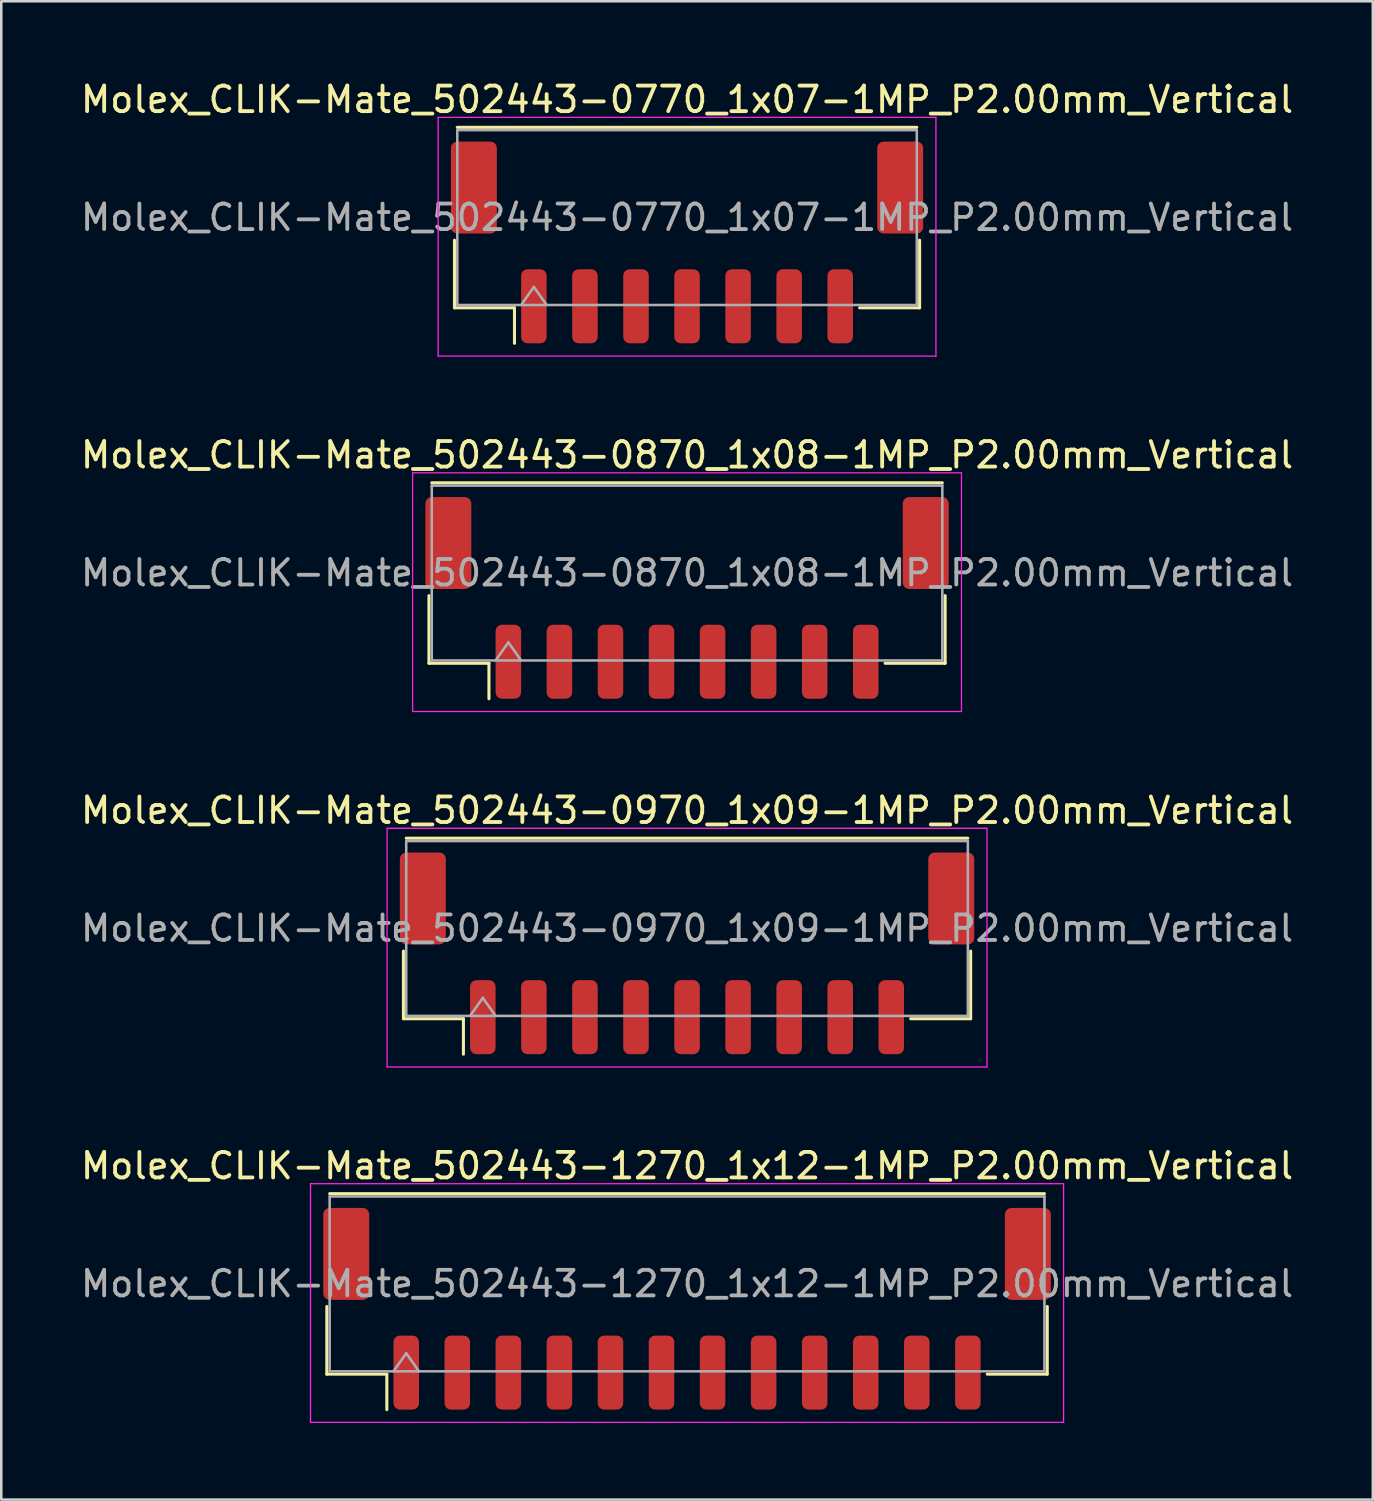
<source format=kicad_pcb>
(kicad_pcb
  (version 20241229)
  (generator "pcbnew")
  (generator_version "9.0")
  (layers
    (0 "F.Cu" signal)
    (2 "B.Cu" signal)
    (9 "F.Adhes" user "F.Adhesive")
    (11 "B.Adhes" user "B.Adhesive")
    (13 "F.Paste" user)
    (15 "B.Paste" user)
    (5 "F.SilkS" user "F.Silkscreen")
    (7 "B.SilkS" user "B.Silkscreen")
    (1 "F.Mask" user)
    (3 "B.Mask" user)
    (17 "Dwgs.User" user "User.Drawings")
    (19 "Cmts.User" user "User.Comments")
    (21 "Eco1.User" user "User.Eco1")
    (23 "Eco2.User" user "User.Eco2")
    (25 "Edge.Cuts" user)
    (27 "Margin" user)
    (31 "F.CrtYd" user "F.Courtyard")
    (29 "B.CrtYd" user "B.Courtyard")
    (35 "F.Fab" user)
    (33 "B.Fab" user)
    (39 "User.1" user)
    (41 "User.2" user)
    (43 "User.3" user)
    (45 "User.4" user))
  (footprint "Molex_CLIK-Mate_502443-0770_1x07-1MP_P2.00mm_Vertical"
    (layer "F.Cu")
    (at 23.863 6.448)
    (property "Reference" "Molex_CLIK-Mate_502443-0770_1x07-1MP_P2.00mm_Vertical" (at 0 -5.6 0) (layer "F.SilkS") (effects (font (size 1 1) (thickness 0.15))))
    (attr smd)
    (fp_line (start -9.11 -0.09) (end -9.11 2.56) (stroke (width 0.12) (type solid)) (layer "F.SilkS"))
    (fp_line (start -9.11 2.56) (end -6.76 2.56) (stroke (width 0.12) (type solid)) (layer "F.SilkS"))
    (fp_line (start -9 -4.51) (end 9 -4.51) (stroke (width 0.12) (type solid)) (layer "F.SilkS"))
    (fp_line (start -6.76 2.56) (end -6.76 3.95) (stroke (width 0.12) (type solid)) (layer "F.SilkS"))
    (fp_line (start 9.11 -0.09) (end 9.11 2.56) (stroke (width 0.12) (type solid)) (layer "F.SilkS"))
    (fp_line (start 9.11 2.56) (end 6.76 2.56) (stroke (width 0.12) (type solid)) (layer "F.SilkS"))
    (fp_line (start -9.75 -4.9) (end -9.75 4.45) (stroke (width 0.05) (type solid)) (layer "F.CrtYd"))
    (fp_line (start -9.75 4.45) (end 9.75 4.45) (stroke (width 0.05) (type solid)) (layer "F.CrtYd"))
    (fp_line (start 9.75 -4.9) (end -9.75 -4.9) (stroke (width 0.05) (type solid)) (layer "F.CrtYd"))
    (fp_line (start 9.75 4.45) (end 9.75 -4.9) (stroke (width 0.05) (type solid)) (layer "F.CrtYd"))
    (fp_line (start -9 -4.4) (end 9 -4.4) (stroke (width 0.1) (type solid)) (layer "F.Fab"))
    (fp_line (start -9 2.45) (end -9 -4.4) (stroke (width 0.1) (type solid)) (layer "F.Fab"))
    (fp_line (start -9 2.45) (end 9 2.45) (stroke (width 0.1) (type solid)) (layer "F.Fab"))
    (fp_line (start -6.5 2.45) (end -6 1.743) (stroke (width 0.1) (type solid)) (layer "F.Fab"))
    (fp_line (start -6 1.743) (end -5.5 2.45) (stroke (width 0.1) (type solid)) (layer "F.Fab"))
    (fp_line (start 9 2.45) (end 9 -4.4) (stroke (width 0.1) (type solid)) (layer "F.Fab"))
    (fp_text user "${REFERENCE}" (at 0 -0.98 0) (layer "F.Fab") (effects (font (size 1 1) (thickness 0.15))))
    (pad "1" smd roundrect (at -6 2.5) (size 1 2.9) (layers "F.Cu" "F.Mask" "F.Paste") (roundrect_rratio 0.25))
    (pad "2" smd roundrect (at -4 2.5) (size 1 2.9) (layers "F.Cu" "F.Mask" "F.Paste") (roundrect_rratio 0.25))
    (pad "3" smd roundrect (at -2 2.5) (size 1 2.9) (layers "F.Cu" "F.Mask" "F.Paste") (roundrect_rratio 0.25))
    (pad "4" smd roundrect (at 0 2.5) (size 1 2.9) (layers "F.Cu" "F.Mask" "F.Paste") (roundrect_rratio 0.25))
    (pad "5" smd roundrect (at 2 2.5) (size 1 2.9) (layers "F.Cu" "F.Mask" "F.Paste") (roundrect_rratio 0.25))
    (pad "6" smd roundrect (at 4 2.5) (size 1 2.9) (layers "F.Cu" "F.Mask" "F.Paste") (roundrect_rratio 0.25))
    (pad "7" smd roundrect (at 6 2.5) (size 1 2.9) (layers "F.Cu" "F.Mask" "F.Paste") (roundrect_rratio 0.25))
    (pad "MP" smd roundrect (at -8.35 -2.15) (size 1.8 3.6) (layers "F.Cu" "F.Mask" "F.Paste") (roundrect_rratio 0.139))
    (pad "MP" smd roundrect (at 8.35 -2.15) (size 1.8 3.6) (layers "F.Cu" "F.Mask" "F.Paste") (roundrect_rratio 0.139)))
  (footprint "Molex_CLIK-Mate_502443-0870_1x08-1MP_P2.00mm_Vertical"
    (layer "F.Cu")
    (at 23.863 20.372)
    (property "Reference" "Molex_CLIK-Mate_502443-0870_1x08-1MP_P2.00mm_Vertical" (at 0 -5.6 0) (layer "F.SilkS") (effects (font (size 1 1) (thickness 0.15))))
    (attr smd)
    (fp_line (start -10.11 -0.09) (end -10.11 2.56) (stroke (width 0.12) (type solid)) (layer "F.SilkS"))
    (fp_line (start -10.11 2.56) (end -7.76 2.56) (stroke (width 0.12) (type solid)) (layer "F.SilkS"))
    (fp_line (start -10 -4.51) (end 10 -4.51) (stroke (width 0.12) (type solid)) (layer "F.SilkS"))
    (fp_line (start -7.76 2.56) (end -7.76 3.95) (stroke (width 0.12) (type solid)) (layer "F.SilkS"))
    (fp_line (start 10.11 -0.09) (end 10.11 2.56) (stroke (width 0.12) (type solid)) (layer "F.SilkS"))
    (fp_line (start 10.11 2.56) (end 7.76 2.56) (stroke (width 0.12) (type solid)) (layer "F.SilkS"))
    (fp_line (start -10.75 -4.9) (end -10.75 4.45) (stroke (width 0.05) (type solid)) (layer "F.CrtYd"))
    (fp_line (start -10.75 4.45) (end 10.75 4.45) (stroke (width 0.05) (type solid)) (layer "F.CrtYd"))
    (fp_line (start 10.75 -4.9) (end -10.75 -4.9) (stroke (width 0.05) (type solid)) (layer "F.CrtYd"))
    (fp_line (start 10.75 4.45) (end 10.75 -4.9) (stroke (width 0.05) (type solid)) (layer "F.CrtYd"))
    (fp_line (start -10 -4.4) (end 10 -4.4) (stroke (width 0.1) (type solid)) (layer "F.Fab"))
    (fp_line (start -10 2.45) (end -10 -4.4) (stroke (width 0.1) (type solid)) (layer "F.Fab"))
    (fp_line (start -10 2.45) (end 10 2.45) (stroke (width 0.1) (type solid)) (layer "F.Fab"))
    (fp_line (start -7.5 2.45) (end -7 1.743) (stroke (width 0.1) (type solid)) (layer "F.Fab"))
    (fp_line (start -7 1.743) (end -6.5 2.45) (stroke (width 0.1) (type solid)) (layer "F.Fab"))
    (fp_line (start 10 2.45) (end 10 -4.4) (stroke (width 0.1) (type solid)) (layer "F.Fab"))
    (fp_text user "${REFERENCE}" (at 0 -0.98 0) (layer "F.Fab") (effects (font (size 1 1) (thickness 0.15))))
    (pad "1" smd roundrect (at -7 2.5) (size 1 2.9) (layers "F.Cu" "F.Mask" "F.Paste") (roundrect_rratio 0.25))
    (pad "2" smd roundrect (at -5 2.5) (size 1 2.9) (layers "F.Cu" "F.Mask" "F.Paste") (roundrect_rratio 0.25))
    (pad "3" smd roundrect (at -3 2.5) (size 1 2.9) (layers "F.Cu" "F.Mask" "F.Paste") (roundrect_rratio 0.25))
    (pad "4" smd roundrect (at -1 2.5) (size 1 2.9) (layers "F.Cu" "F.Mask" "F.Paste") (roundrect_rratio 0.25))
    (pad "5" smd roundrect (at 1 2.5) (size 1 2.9) (layers "F.Cu" "F.Mask" "F.Paste") (roundrect_rratio 0.25))
    (pad "6" smd roundrect (at 3 2.5) (size 1 2.9) (layers "F.Cu" "F.Mask" "F.Paste") (roundrect_rratio 0.25))
    (pad "7" smd roundrect (at 5 2.5) (size 1 2.9) (layers "F.Cu" "F.Mask" "F.Paste") (roundrect_rratio 0.25))
    (pad "8" smd roundrect (at 7 2.5) (size 1 2.9) (layers "F.Cu" "F.Mask" "F.Paste") (roundrect_rratio 0.25))
    (pad "MP" smd roundrect (at -9.35 -2.15) (size 1.8 3.6) (layers "F.Cu" "F.Mask" "F.Paste") (roundrect_rratio 0.139))
    (pad "MP" smd roundrect (at 9.35 -2.15) (size 1.8 3.6) (layers "F.Cu" "F.Mask" "F.Paste") (roundrect_rratio 0.139)))
  (footprint "Molex_CLIK-Mate_502443-0970_1x09-1MP_P2.00mm_Vertical"
    (layer "F.Cu")
    (at 23.863 34.295)
    (property "Reference" "Molex_CLIK-Mate_502443-0970_1x09-1MP_P2.00mm_Vertical" (at 0 -5.6 0) (layer "F.SilkS") (effects (font (size 1 1) (thickness 0.15))))
    (attr smd)
    (fp_line (start -11.11 -0.09) (end -11.11 2.56) (stroke (width 0.12) (type solid)) (layer "F.SilkS"))
    (fp_line (start -11.11 2.56) (end -8.76 2.56) (stroke (width 0.12) (type solid)) (layer "F.SilkS"))
    (fp_line (start -11 -4.51) (end 11 -4.51) (stroke (width 0.12) (type solid)) (layer "F.SilkS"))
    (fp_line (start -8.76 2.56) (end -8.76 3.95) (stroke (width 0.12) (type solid)) (layer "F.SilkS"))
    (fp_line (start 11.11 -0.09) (end 11.11 2.56) (stroke (width 0.12) (type solid)) (layer "F.SilkS"))
    (fp_line (start 11.11 2.56) (end 8.76 2.56) (stroke (width 0.12) (type solid)) (layer "F.SilkS"))
    (fp_line (start -11.75 -4.9) (end -11.75 4.45) (stroke (width 0.05) (type solid)) (layer "F.CrtYd"))
    (fp_line (start -11.75 4.45) (end 11.75 4.45) (stroke (width 0.05) (type solid)) (layer "F.CrtYd"))
    (fp_line (start 11.75 -4.9) (end -11.75 -4.9) (stroke (width 0.05) (type solid)) (layer "F.CrtYd"))
    (fp_line (start 11.75 4.45) (end 11.75 -4.9) (stroke (width 0.05) (type solid)) (layer "F.CrtYd"))
    (fp_line (start -11 -4.4) (end 11 -4.4) (stroke (width 0.1) (type solid)) (layer "F.Fab"))
    (fp_line (start -11 2.45) (end -11 -4.4) (stroke (width 0.1) (type solid)) (layer "F.Fab"))
    (fp_line (start -11 2.45) (end 11 2.45) (stroke (width 0.1) (type solid)) (layer "F.Fab"))
    (fp_line (start -8.5 2.45) (end -8 1.743) (stroke (width 0.1) (type solid)) (layer "F.Fab"))
    (fp_line (start -8 1.743) (end -7.5 2.45) (stroke (width 0.1) (type solid)) (layer "F.Fab"))
    (fp_line (start 11 2.45) (end 11 -4.4) (stroke (width 0.1) (type solid)) (layer "F.Fab"))
    (fp_text user "${REFERENCE}" (at 0 -0.98 0) (layer "F.Fab") (effects (font (size 1 1) (thickness 0.15))))
    (pad "1" smd roundrect (at -8 2.5) (size 1 2.9) (layers "F.Cu" "F.Mask" "F.Paste") (roundrect_rratio 0.25))
    (pad "2" smd roundrect (at -6 2.5) (size 1 2.9) (layers "F.Cu" "F.Mask" "F.Paste") (roundrect_rratio 0.25))
    (pad "3" smd roundrect (at -4 2.5) (size 1 2.9) (layers "F.Cu" "F.Mask" "F.Paste") (roundrect_rratio 0.25))
    (pad "4" smd roundrect (at -2 2.5) (size 1 2.9) (layers "F.Cu" "F.Mask" "F.Paste") (roundrect_rratio 0.25))
    (pad "5" smd roundrect (at 0 2.5) (size 1 2.9) (layers "F.Cu" "F.Mask" "F.Paste") (roundrect_rratio 0.25))
    (pad "6" smd roundrect (at 2 2.5) (size 1 2.9) (layers "F.Cu" "F.Mask" "F.Paste") (roundrect_rratio 0.25))
    (pad "7" smd roundrect (at 4 2.5) (size 1 2.9) (layers "F.Cu" "F.Mask" "F.Paste") (roundrect_rratio 0.25))
    (pad "8" smd roundrect (at 6 2.5) (size 1 2.9) (layers "F.Cu" "F.Mask" "F.Paste") (roundrect_rratio 0.25))
    (pad "9" smd roundrect (at 8 2.5) (size 1 2.9) (layers "F.Cu" "F.Mask" "F.Paste") (roundrect_rratio 0.25))
    (pad "MP" smd roundrect (at -10.35 -2.15) (size 1.8 3.6) (layers "F.Cu" "F.Mask" "F.Paste") (roundrect_rratio 0.139))
    (pad "MP" smd roundrect (at 10.35 -2.15) (size 1.8 3.6) (layers "F.Cu" "F.Mask" "F.Paste") (roundrect_rratio 0.139)))
  (footprint "Molex_CLIK-Mate_502443-1270_1x12-1MP_P2.00mm_Vertical"
    (layer "F.Cu")
    (at 23.863 48.218)
    (property "Reference" "Molex_CLIK-Mate_502443-1270_1x12-1MP_P2.00mm_Vertical" (at 0 -5.6 0) (layer "F.SilkS") (effects (font (size 1 1) (thickness 0.15))))
    (attr smd)
    (fp_line (start -14.11 -0.09) (end -14.11 2.56) (stroke (width 0.12) (type solid)) (layer "F.SilkS"))
    (fp_line (start -14.11 2.56) (end -11.76 2.56) (stroke (width 0.12) (type solid)) (layer "F.SilkS"))
    (fp_line (start -14 -4.51) (end 14 -4.51) (stroke (width 0.12) (type solid)) (layer "F.SilkS"))
    (fp_line (start -11.76 2.56) (end -11.76 3.95) (stroke (width 0.12) (type solid)) (layer "F.SilkS"))
    (fp_line (start 14.11 -0.09) (end 14.11 2.56) (stroke (width 0.12) (type solid)) (layer "F.SilkS"))
    (fp_line (start 14.11 2.56) (end 11.76 2.56) (stroke (width 0.12) (type solid)) (layer "F.SilkS"))
    (fp_line (start -14.75 -4.9) (end -14.75 4.45) (stroke (width 0.05) (type solid)) (layer "F.CrtYd"))
    (fp_line (start -14.75 4.45) (end 14.75 4.45) (stroke (width 0.05) (type solid)) (layer "F.CrtYd"))
    (fp_line (start 14.75 -4.9) (end -14.75 -4.9) (stroke (width 0.05) (type solid)) (layer "F.CrtYd"))
    (fp_line (start 14.75 4.45) (end 14.75 -4.9) (stroke (width 0.05) (type solid)) (layer "F.CrtYd"))
    (fp_line (start -14 -4.4) (end 14 -4.4) (stroke (width 0.1) (type solid)) (layer "F.Fab"))
    (fp_line (start -14 2.45) (end -14 -4.4) (stroke (width 0.1) (type solid)) (layer "F.Fab"))
    (fp_line (start -14 2.45) (end 14 2.45) (stroke (width 0.1) (type solid)) (layer "F.Fab"))
    (fp_line (start -11.5 2.45) (end -11 1.743) (stroke (width 0.1) (type solid)) (layer "F.Fab"))
    (fp_line (start -11 1.743) (end -10.5 2.45) (stroke (width 0.1) (type solid)) (layer "F.Fab"))
    (fp_line (start 14 2.45) (end 14 -4.4) (stroke (width 0.1) (type solid)) (layer "F.Fab"))
    (fp_text user "${REFERENCE}" (at 0 -0.98 0) (layer "F.Fab") (effects (font (size 1 1) (thickness 0.15))))
    (pad "1" smd roundrect (at -11 2.5) (size 1 2.9) (layers "F.Cu" "F.Mask" "F.Paste") (roundrect_rratio 0.25))
    (pad "2" smd roundrect (at -9 2.5) (size 1 2.9) (layers "F.Cu" "F.Mask" "F.Paste") (roundrect_rratio 0.25))
    (pad "3" smd roundrect (at -7 2.5) (size 1 2.9) (layers "F.Cu" "F.Mask" "F.Paste") (roundrect_rratio 0.25))
    (pad "4" smd roundrect (at -5 2.5) (size 1 2.9) (layers "F.Cu" "F.Mask" "F.Paste") (roundrect_rratio 0.25))
    (pad "5" smd roundrect (at -3 2.5) (size 1 2.9) (layers "F.Cu" "F.Mask" "F.Paste") (roundrect_rratio 0.25))
    (pad "6" smd roundrect (at -1 2.5) (size 1 2.9) (layers "F.Cu" "F.Mask" "F.Paste") (roundrect_rratio 0.25))
    (pad "7" smd roundrect (at 1 2.5) (size 1 2.9) (layers "F.Cu" "F.Mask" "F.Paste") (roundrect_rratio 0.25))
    (pad "8" smd roundrect (at 3 2.5) (size 1 2.9) (layers "F.Cu" "F.Mask" "F.Paste") (roundrect_rratio 0.25))
    (pad "9" smd roundrect (at 5 2.5) (size 1 2.9) (layers "F.Cu" "F.Mask" "F.Paste") (roundrect_rratio 0.25))
    (pad "10" smd roundrect (at 7 2.5) (size 1 2.9) (layers "F.Cu" "F.Mask" "F.Paste") (roundrect_rratio 0.25))
    (pad "11" smd roundrect (at 9 2.5) (size 1 2.9) (layers "F.Cu" "F.Mask" "F.Paste") (roundrect_rratio 0.25))
    (pad "12" smd roundrect (at 11 2.5) (size 1 2.9) (layers "F.Cu" "F.Mask" "F.Paste") (roundrect_rratio 0.25))
    (pad "MP" smd roundrect (at -13.35 -2.15) (size 1.8 3.6) (layers "F.Cu" "F.Mask" "F.Paste") (roundrect_rratio 0.139))
    (pad "MP" smd roundrect (at 13.35 -2.15) (size 1.8 3.6) (layers "F.Cu" "F.Mask" "F.Paste") (roundrect_rratio 0.139)))
  (gr_rect
    (start -3 -3)
    (end 50.726 55.693)
    (stroke (width 0.1) (type default))
    (fill no)
    (layer "Edge.Cuts")))
</source>
